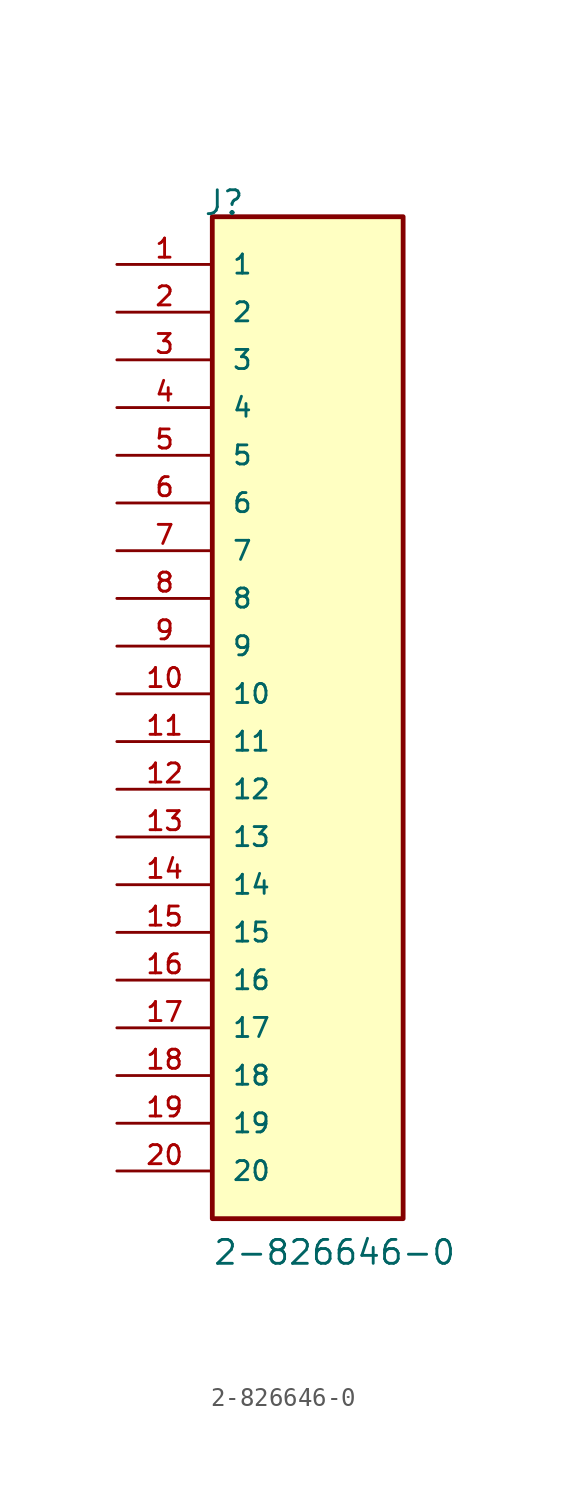
<source format=kicad_sym>
(kicad_symbol_lib
  (version 20211014)
  (generator kicad_symbol_editor)
  (symbol "2-826646-0"
    (pin_names
      (offset 1.016))
    (property "Reference" "J"
      (at -5.58 27.94 0)
      (effects (font (size 1.27 1.27)) (justify bottom left)))
    (property "Value" "2-826646-0"
      (at -5.08 -27.94 0)
      (effects (font (size 1.27 1.27)) (justify bottom left)))
    (symbol "2-826646-0_0_0"
      (rectangle (start -5.08 -25.4) (end 5.08 27.94) (stroke (width 0.254)) (fill (type background)))
      (pin passive line (at -10.16 25.4 0) (length 5.08) (name "1" (effects (font (size 1.016 1.016)))) (number "1" (effects (font (size 1.016 1.016)))))
      (pin passive line (at -10.16 22.86 0) (length 5.08) (name "2" (effects (font (size 1.016 1.016)))) (number "2" (effects (font (size 1.016 1.016)))))
      (pin passive line (at -10.16 20.32 0) (length 5.08) (name "3" (effects (font (size 1.016 1.016)))) (number "3" (effects (font (size 1.016 1.016)))))
      (pin passive line (at -10.16 17.78 0) (length 5.08) (name "4" (effects (font (size 1.016 1.016)))) (number "4" (effects (font (size 1.016 1.016)))))
      (pin passive line (at -10.16 15.24 0) (length 5.08) (name "5" (effects (font (size 1.016 1.016)))) (number "5" (effects (font (size 1.016 1.016)))))
      (pin passive line (at -10.16 12.7 0) (length 5.08) (name "6" (effects (font (size 1.016 1.016)))) (number "6" (effects (font (size 1.016 1.016)))))
      (pin passive line (at -10.16 10.16 0) (length 5.08) (name "7" (effects (font (size 1.016 1.016)))) (number "7" (effects (font (size 1.016 1.016)))))
      (pin passive line (at -10.16 7.62 0) (length 5.08) (name "8" (effects (font (size 1.016 1.016)))) (number "8" (effects (font (size 1.016 1.016)))))
      (pin passive line (at -10.16 5.08 0) (length 5.08) (name "9" (effects (font (size 1.016 1.016)))) (number "9" (effects (font (size 1.016 1.016)))))
      (pin passive line (at -10.16 2.54 0) (length 5.08) (name "10" (effects (font (size 1.016 1.016)))) (number "10" (effects (font (size 1.016 1.016)))))
      (pin passive line (at -10.16 0.0 0) (length 5.08) (name "11" (effects (font (size 1.016 1.016)))) (number "11" (effects (font (size 1.016 1.016)))))
      (pin passive line (at -10.16 -2.54 0) (length 5.08) (name "12" (effects (font (size 1.016 1.016)))) (number "12" (effects (font (size 1.016 1.016)))))
      (pin passive line (at -10.16 -5.08 0) (length 5.08) (name "13" (effects (font (size 1.016 1.016)))) (number "13" (effects (font (size 1.016 1.016)))))
      (pin passive line (at -10.16 -7.62 0) (length 5.08) (name "14" (effects (font (size 1.016 1.016)))) (number "14" (effects (font (size 1.016 1.016)))))
      (pin passive line (at -10.16 -10.16 0) (length 5.08) (name "15" (effects (font (size 1.016 1.016)))) (number "15" (effects (font (size 1.016 1.016)))))
      (pin passive line (at -10.16 -12.7 0) (length 5.08) (name "16" (effects (font (size 1.016 1.016)))) (number "16" (effects (font (size 1.016 1.016)))))
      (pin passive line (at -10.16 -15.24 0) (length 5.08) (name "17" (effects (font (size 1.016 1.016)))) (number "17" (effects (font (size 1.016 1.016)))))
      (pin passive line (at -10.16 -17.78 0) (length 5.08) (name "18" (effects (font (size 1.016 1.016)))) (number "18" (effects (font (size 1.016 1.016)))))
      (pin passive line (at -10.16 -20.32 0) (length 5.08) (name "19" (effects (font (size 1.016 1.016)))) (number "19" (effects (font (size 1.016 1.016)))))
      (pin passive line (at -10.16 -22.86 0) (length 5.08) (name "20" (effects (font (size 1.016 1.016)))) (number "20" (effects (font (size 1.016 1.016))))))))
</source>
